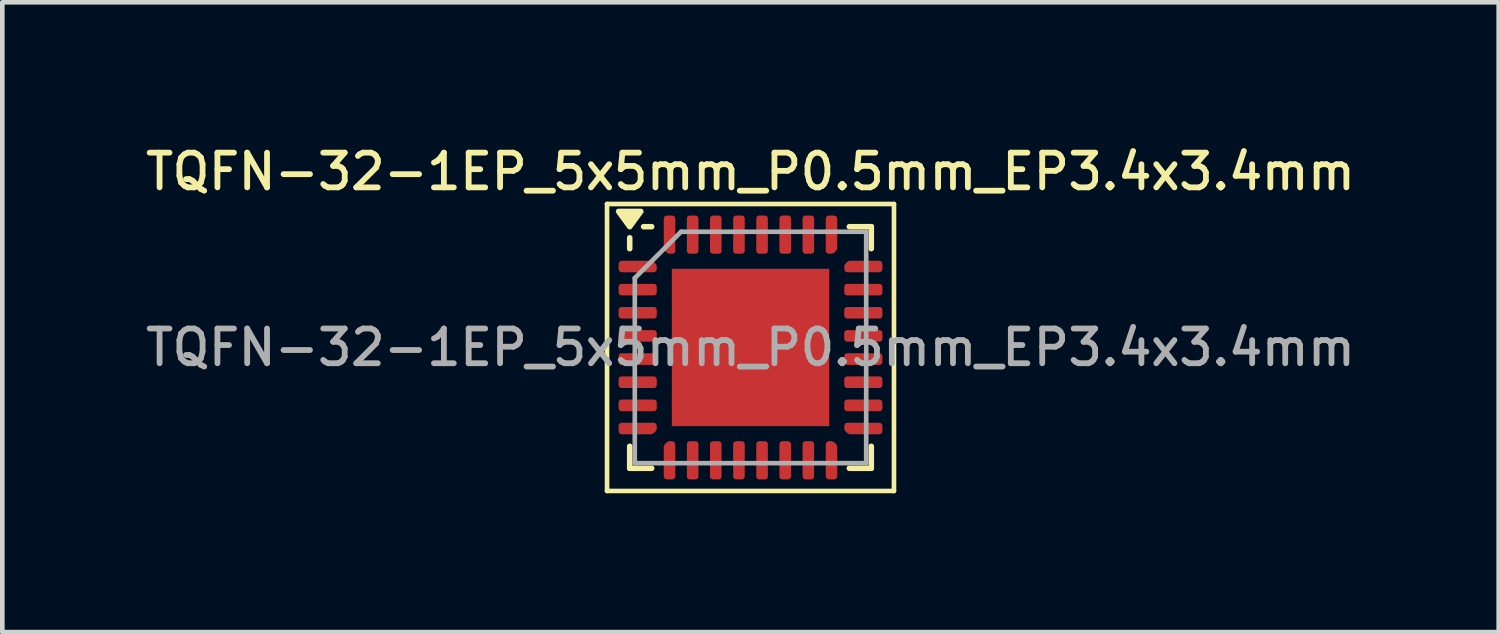
<source format=kicad_pcb>
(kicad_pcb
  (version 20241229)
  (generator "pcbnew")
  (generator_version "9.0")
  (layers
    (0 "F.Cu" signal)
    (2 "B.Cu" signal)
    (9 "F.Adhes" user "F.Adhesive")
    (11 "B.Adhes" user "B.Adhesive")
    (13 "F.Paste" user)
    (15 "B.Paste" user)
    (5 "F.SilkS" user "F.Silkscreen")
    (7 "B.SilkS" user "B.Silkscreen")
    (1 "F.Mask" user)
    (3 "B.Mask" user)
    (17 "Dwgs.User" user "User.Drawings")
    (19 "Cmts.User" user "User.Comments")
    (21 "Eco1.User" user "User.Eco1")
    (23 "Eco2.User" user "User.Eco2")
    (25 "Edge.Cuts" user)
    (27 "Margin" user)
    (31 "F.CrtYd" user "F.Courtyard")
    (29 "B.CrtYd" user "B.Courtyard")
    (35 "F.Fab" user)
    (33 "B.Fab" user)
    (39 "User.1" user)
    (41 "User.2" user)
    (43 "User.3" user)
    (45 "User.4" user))
  (footprint "TQFN-32-1EP_5x5mm_P0.5mm_EP3.4x3.4mm"
    (layer "F.Cu")
    (at 13.166 4.458)
    (property "Reference" "TQFN-32-1EP_5x5mm_P0.5mm_EP3.4x3.4mm" (at 0 -3.8 0) (layer "F.SilkS") (effects (font (size 0.75 0.75) (thickness 0.125))))
    (attr smd)
    (fp_line (start -3.1 -3.1) (end -3.1 3.1) (stroke (width 0.1) (type solid)) (layer "F.SilkS"))
    (fp_line (start -3.1 3.1) (end 3.1 3.1) (stroke (width 0.1) (type solid)) (layer "F.SilkS"))
    (fp_line (start -2.61 -2.135) (end -2.61 -2.37) (stroke (width 0.12) (type solid)) (layer "F.SilkS"))
    (fp_line (start -2.61 2.61) (end -2.61 2.135) (stroke (width 0.12) (type solid)) (layer "F.SilkS"))
    (fp_line (start -2.135 -2.61) (end -2.31 -2.61) (stroke (width 0.12) (type solid)) (layer "F.SilkS"))
    (fp_line (start -2.135 2.61) (end -2.61 2.61) (stroke (width 0.12) (type solid)) (layer "F.SilkS"))
    (fp_line (start 2.135 -2.61) (end 2.61 -2.61) (stroke (width 0.12) (type solid)) (layer "F.SilkS"))
    (fp_line (start 2.135 2.61) (end 2.61 2.61) (stroke (width 0.12) (type solid)) (layer "F.SilkS"))
    (fp_line (start 2.61 -2.61) (end 2.61 -2.135) (stroke (width 0.12) (type solid)) (layer "F.SilkS"))
    (fp_line (start 2.61 2.61) (end 2.61 2.135) (stroke (width 0.12) (type solid)) (layer "F.SilkS"))
    (fp_line (start 3.1 -3.1) (end -3.1 -3.1) (stroke (width 0.1) (type solid)) (layer "F.SilkS"))
    (fp_line (start 3.1 3.1) (end 3.1 -3.1) (stroke (width 0.1) (type solid)) (layer "F.SilkS"))
    (fp_poly (pts (xy -2.61 -2.61) (xy -2.85 -2.94) (xy -2.37 -2.94) (xy -2.61 -2.61)) (stroke (width 0.12) (type solid)) (fill yes) (layer "F.SilkS"))
    (fp_line (start -2.5 -1.5) (end -1.5 -2.5) (stroke (width 0.1) (type solid)) (layer "F.Fab"))
    (fp_line (start -2.5 2.5) (end -2.5 -1.5) (stroke (width 0.1) (type solid)) (layer "F.Fab"))
    (fp_line (start -1.5 -2.5) (end 2.5 -2.5) (stroke (width 0.1) (type solid)) (layer "F.Fab"))
    (fp_line (start 2.5 -2.5) (end 2.5 2.5) (stroke (width 0.1) (type solid)) (layer "F.Fab"))
    (fp_line (start 2.5 2.5) (end -2.5 2.5) (stroke (width 0.1) (type solid)) (layer "F.Fab"))
    (fp_text user "${REFERENCE}" (at 0 0 0) (layer "F.Fab") (effects (font (size 0.75 0.75) (thickness 0.125))))
    (pad "" smd roundrect (at -0.85 -0.85) (size 1.37 1.37) (layers "F.Paste") (roundrect_rratio 0.182))
    (pad "" smd roundrect (at -0.85 0.85) (size 1.37 1.37) (layers "F.Paste") (roundrect_rratio 0.182))
    (pad "" smd roundrect (at 0.85 -0.85) (size 1.37 1.37) (layers "F.Paste") (roundrect_rratio 0.182))
    (pad "" smd roundrect (at 0.85 0.85) (size 1.37 1.37) (layers "F.Paste") (roundrect_rratio 0.182))
    (pad "1" smd custom (at -2.438 -1.75) (size 0.186 0.186) (layers "F.Cu" "F.Mask" "F.Paste") (options (anchor circle)) (primitives (gr_poly (pts (xy -0.35 -0.062) (xy 0.297 -0.062) (xy 0.35 -0.009) (xy 0.35 0.062) (xy -0.35 0.062)) (width 0.125) (fill yes))))
    (pad "2" smd roundrect (at -2.438 -1.25) (size 0.825 0.25) (layers "F.Cu" "F.Mask" "F.Paste") (roundrect_rratio 0.25))
    (pad "3" smd roundrect (at -2.438 -0.75) (size 0.825 0.25) (layers "F.Cu" "F.Mask" "F.Paste") (roundrect_rratio 0.25))
    (pad "4" smd roundrect (at -2.438 -0.25) (size 0.825 0.25) (layers "F.Cu" "F.Mask" "F.Paste") (roundrect_rratio 0.25))
    (pad "5" smd roundrect (at -2.438 0.25) (size 0.825 0.25) (layers "F.Cu" "F.Mask" "F.Paste") (roundrect_rratio 0.25))
    (pad "6" smd roundrect (at -2.438 0.75) (size 0.825 0.25) (layers "F.Cu" "F.Mask" "F.Paste") (roundrect_rratio 0.25))
    (pad "7" smd roundrect (at -2.438 1.25) (size 0.825 0.25) (layers "F.Cu" "F.Mask" "F.Paste") (roundrect_rratio 0.25))
    (pad "8" smd custom (at -2.438 1.75) (size 0.186 0.186) (layers "F.Cu" "F.Mask" "F.Paste") (options (anchor circle)) (primitives (gr_poly (pts (xy -0.35 -0.062) (xy 0.35 -0.062) (xy 0.35 0.009) (xy 0.297 0.062) (xy -0.35 0.062)) (width 0.125) (fill yes))))
    (pad "9" smd custom (at -1.75 2.438) (size 0.186 0.186) (layers "F.Cu" "F.Mask" "F.Paste") (options (anchor circle)) (primitives (gr_poly (pts (xy -0.062 -0.297) (xy -0.009 -0.35) (xy 0.062 -0.35) (xy 0.062 0.35) (xy -0.062 0.35)) (width 0.125) (fill yes))))
    (pad "10" smd roundrect (at -1.25 2.438) (size 0.25 0.825) (layers "F.Cu" "F.Mask" "F.Paste") (roundrect_rratio 0.25))
    (pad "11" smd roundrect (at -0.75 2.438) (size 0.25 0.825) (layers "F.Cu" "F.Mask" "F.Paste") (roundrect_rratio 0.25))
    (pad "12" smd roundrect (at -0.25 2.438) (size 0.25 0.825) (layers "F.Cu" "F.Mask" "F.Paste") (roundrect_rratio 0.25))
    (pad "13" smd roundrect (at 0.25 2.438) (size 0.25 0.825) (layers "F.Cu" "F.Mask" "F.Paste") (roundrect_rratio 0.25))
    (pad "14" smd roundrect (at 0.75 2.438) (size 0.25 0.825) (layers "F.Cu" "F.Mask" "F.Paste") (roundrect_rratio 0.25))
    (pad "15" smd roundrect (at 1.25 2.438) (size 0.25 0.825) (layers "F.Cu" "F.Mask" "F.Paste") (roundrect_rratio 0.25))
    (pad "16" smd custom (at 1.75 2.438) (size 0.186 0.186) (layers "F.Cu" "F.Mask" "F.Paste") (options (anchor circle)) (primitives (gr_poly (pts (xy -0.062 -0.35) (xy 0.009 -0.35) (xy 0.062 -0.297) (xy 0.062 0.35) (xy -0.062 0.35)) (width 0.125) (fill yes))))
    (pad "17" smd custom (at 2.438 1.75) (size 0.186 0.186) (layers "F.Cu" "F.Mask" "F.Paste") (options (anchor circle)) (primitives (gr_poly (pts (xy -0.35 -0.062) (xy 0.35 -0.062) (xy 0.35 0.062) (xy -0.297 0.062) (xy -0.35 0.009)) (width 0.125) (fill yes))))
    (pad "18" smd roundrect (at 2.438 1.25) (size 0.825 0.25) (layers "F.Cu" "F.Mask" "F.Paste") (roundrect_rratio 0.25))
    (pad "19" smd roundrect (at 2.438 0.75) (size 0.825 0.25) (layers "F.Cu" "F.Mask" "F.Paste") (roundrect_rratio 0.25))
    (pad "20" smd roundrect (at 2.438 0.25) (size 0.825 0.25) (layers "F.Cu" "F.Mask" "F.Paste") (roundrect_rratio 0.25))
    (pad "21" smd roundrect (at 2.438 -0.25) (size 0.825 0.25) (layers "F.Cu" "F.Mask" "F.Paste") (roundrect_rratio 0.25))
    (pad "22" smd roundrect (at 2.438 -0.75) (size 0.825 0.25) (layers "F.Cu" "F.Mask" "F.Paste") (roundrect_rratio 0.25))
    (pad "23" smd roundrect (at 2.438 -1.25) (size 0.825 0.25) (layers "F.Cu" "F.Mask" "F.Paste") (roundrect_rratio 0.25))
    (pad "24" smd custom (at 2.438 -1.75) (size 0.186 0.186) (layers "F.Cu" "F.Mask" "F.Paste") (options (anchor circle)) (primitives (gr_poly (pts (xy -0.35 -0.009) (xy -0.297 -0.062) (xy 0.35 -0.062) (xy 0.35 0.062) (xy -0.35 0.062)) (width 0.125) (fill yes))))
    (pad "25" smd custom (at 1.75 -2.438) (size 0.186 0.186) (layers "F.Cu" "F.Mask" "F.Paste") (options (anchor circle)) (primitives (gr_poly (pts (xy -0.062 -0.35) (xy 0.062 -0.35) (xy 0.062 0.297) (xy 0.009 0.35) (xy -0.062 0.35)) (width 0.125) (fill yes))))
    (pad "26" smd roundrect (at 1.25 -2.438) (size 0.25 0.825) (layers "F.Cu" "F.Mask" "F.Paste") (roundrect_rratio 0.25))
    (pad "27" smd roundrect (at 0.75 -2.438) (size 0.25 0.825) (layers "F.Cu" "F.Mask" "F.Paste") (roundrect_rratio 0.25))
    (pad "28" smd roundrect (at 0.25 -2.438) (size 0.25 0.825) (layers "F.Cu" "F.Mask" "F.Paste") (roundrect_rratio 0.25))
    (pad "29" smd roundrect (at -0.25 -2.438) (size 0.25 0.825) (layers "F.Cu" "F.Mask" "F.Paste") (roundrect_rratio 0.25))
    (pad "30" smd roundrect (at -0.75 -2.438) (size 0.25 0.825) (layers "F.Cu" "F.Mask" "F.Paste") (roundrect_rratio 0.25))
    (pad "31" smd roundrect (at -1.25 -2.438) (size 0.25 0.825) (layers "F.Cu" "F.Mask" "F.Paste") (roundrect_rratio 0.25))
    (pad "32" smd custom (at -1.75 -2.438) (size 0.186 0.186) (layers "F.Cu" "F.Mask" "F.Paste") (options (anchor circle)) (primitives (gr_poly (pts (xy -0.062 -0.35) (xy 0.062 -0.35) (xy 0.062 0.35) (xy -0.009 0.35) (xy -0.062 0.297)) (width 0.125) (fill yes))))
    (pad "33" smd rect (at 0 0) (size 3.4 3.4) (property pad_prop_heatsink) (layers "F.Cu" "F.Mask")))
  (gr_rect
    (start -3 -3)
    (end 29.332 10.608)
    (stroke (width 0.1) (type default))
    (fill no)
    (layer "Edge.Cuts")))
</source>
